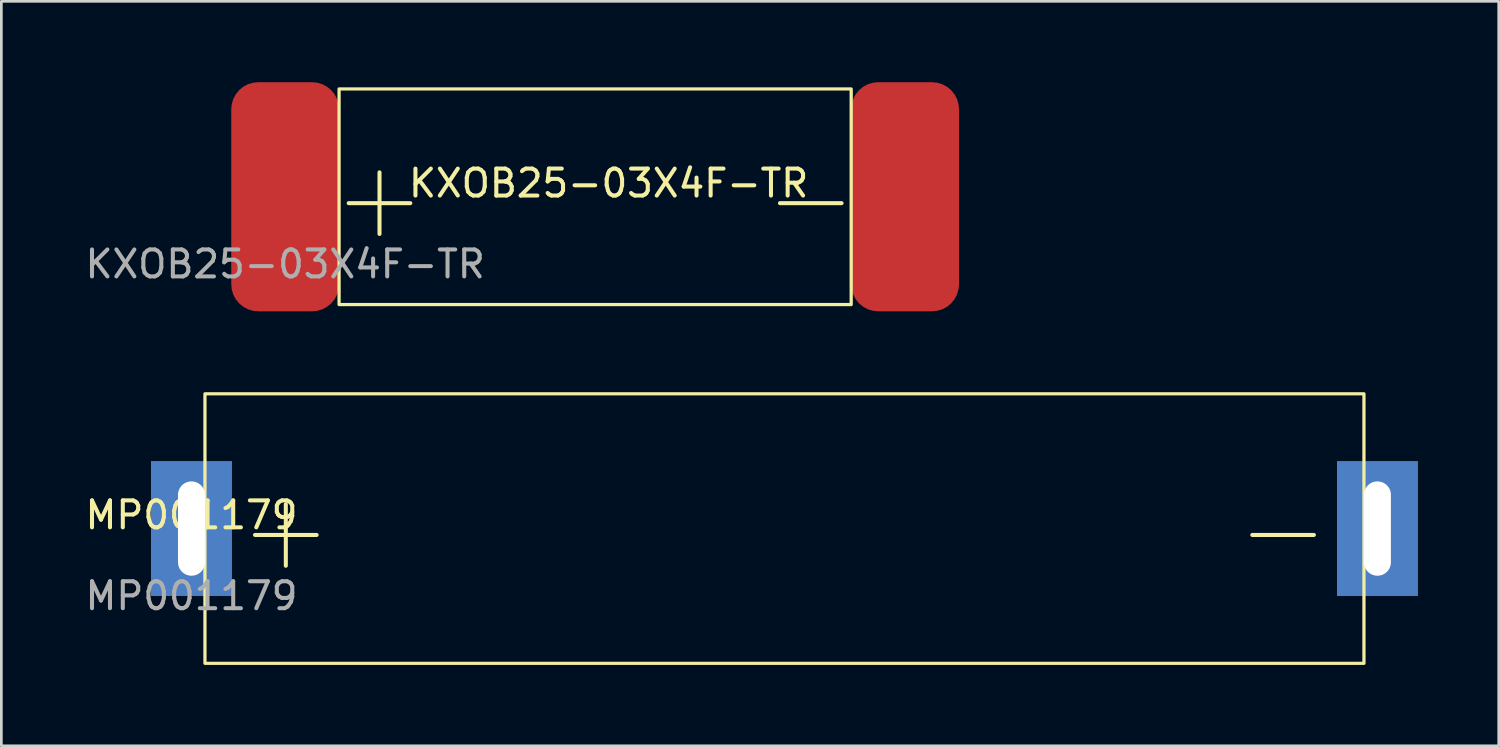
<source format=kicad_pcb>
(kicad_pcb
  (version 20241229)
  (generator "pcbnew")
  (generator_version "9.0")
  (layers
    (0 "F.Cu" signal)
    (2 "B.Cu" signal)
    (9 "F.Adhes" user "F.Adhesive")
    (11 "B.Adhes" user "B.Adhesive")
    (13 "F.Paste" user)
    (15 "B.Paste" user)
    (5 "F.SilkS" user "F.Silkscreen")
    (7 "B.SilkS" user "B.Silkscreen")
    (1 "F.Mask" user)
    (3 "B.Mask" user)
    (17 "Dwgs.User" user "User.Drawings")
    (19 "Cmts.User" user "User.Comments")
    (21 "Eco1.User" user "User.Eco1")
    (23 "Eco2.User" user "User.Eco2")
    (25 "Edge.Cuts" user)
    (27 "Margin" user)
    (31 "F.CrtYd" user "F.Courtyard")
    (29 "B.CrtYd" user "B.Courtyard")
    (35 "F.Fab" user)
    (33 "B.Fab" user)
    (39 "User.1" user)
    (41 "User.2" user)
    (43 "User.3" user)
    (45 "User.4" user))
  (footprint "KXOB25-03X4F-TR"
    (layer "F.Cu")
    (at 19.53 4.25)
    (property "Reference" "KXOB25-03X4F-TR" (at 0 -0.5 0) (unlocked yes) (layer "F.SilkS") (effects (font (size 1 1) (thickness 0.15))))
    (attr smd)
    (fp_rect (start -10 -4) (end 9 4) (stroke (width 0.12) (type solid)) (fill no) (layer "F.SilkS"))
    (fp_text user "+" (at -8.5 0 0) (unlocked yes) (layer "F.SilkS") (effects (font (size 3 3) (thickness 0.15))))
    (fp_text user "-" (at 7.5 0 0) (unlocked yes) (layer "F.SilkS") (effects (font (size 3 3) (thickness 0.15))))
    (fp_text user "${REFERENCE}" (at -12 2.5 0) (unlocked yes) (layer "F.Fab") (effects (font (size 1 1) (thickness 0.15))))
    (pad "1" smd roundrect (at -12 0) (size 4 8.5) (layers "F.Cu" "F.Mask" "F.Paste") (roundrect_rratio 0.25))
    (pad "2" smd roundrect (at 11 0) (size 4 8.5) (layers "F.Cu" "F.Mask" "F.Paste") (roundrect_rratio 0.25)))
  (footprint "MP001179"
    (layer "F.Cu")
    (at 4.054 16.56)
    (property "Reference" "MP001179" (at 0 -0.5 0) (unlocked yes) (layer "F.SilkS") (effects (font (size 1 1) (thickness 0.15))))
    (attr through_hole)
    (fp_rect (start 0.5 -5) (end 43.5 5) (stroke (width 0.12) (type solid)) (fill no) (layer "F.SilkS"))
    (fp_text user "+" (at 3.5 0 0) (unlocked yes) (layer "F.SilkS") (effects (font (size 3 3) (thickness 0.15))))
    (fp_text user "-" (at 40.5 0 0) (unlocked yes) (layer "F.SilkS") (effects (font (size 3 3) (thickness 0.15))))
    (fp_text user "${REFERENCE}" (at 0 2.5 0) (unlocked yes) (layer "F.Fab") (effects (font (size 1 1) (thickness 0.15))))
    (pad "1" thru_hole rect (at 0 0) (size 3 5) (drill oval 1 3.5) (layers "*.Cu" "*.Mask"))
    (pad "2" thru_hole rect (at 44 0) (size 3 5) (drill oval 1 3.5) (layers "*.Cu" "*.Mask")))
  (gr_rect
    (start -3 -3)
    (end 52.554 24.62)
    (stroke (width 0.1) (type default))
    (fill no)
    (layer "Edge.Cuts")))
</source>
